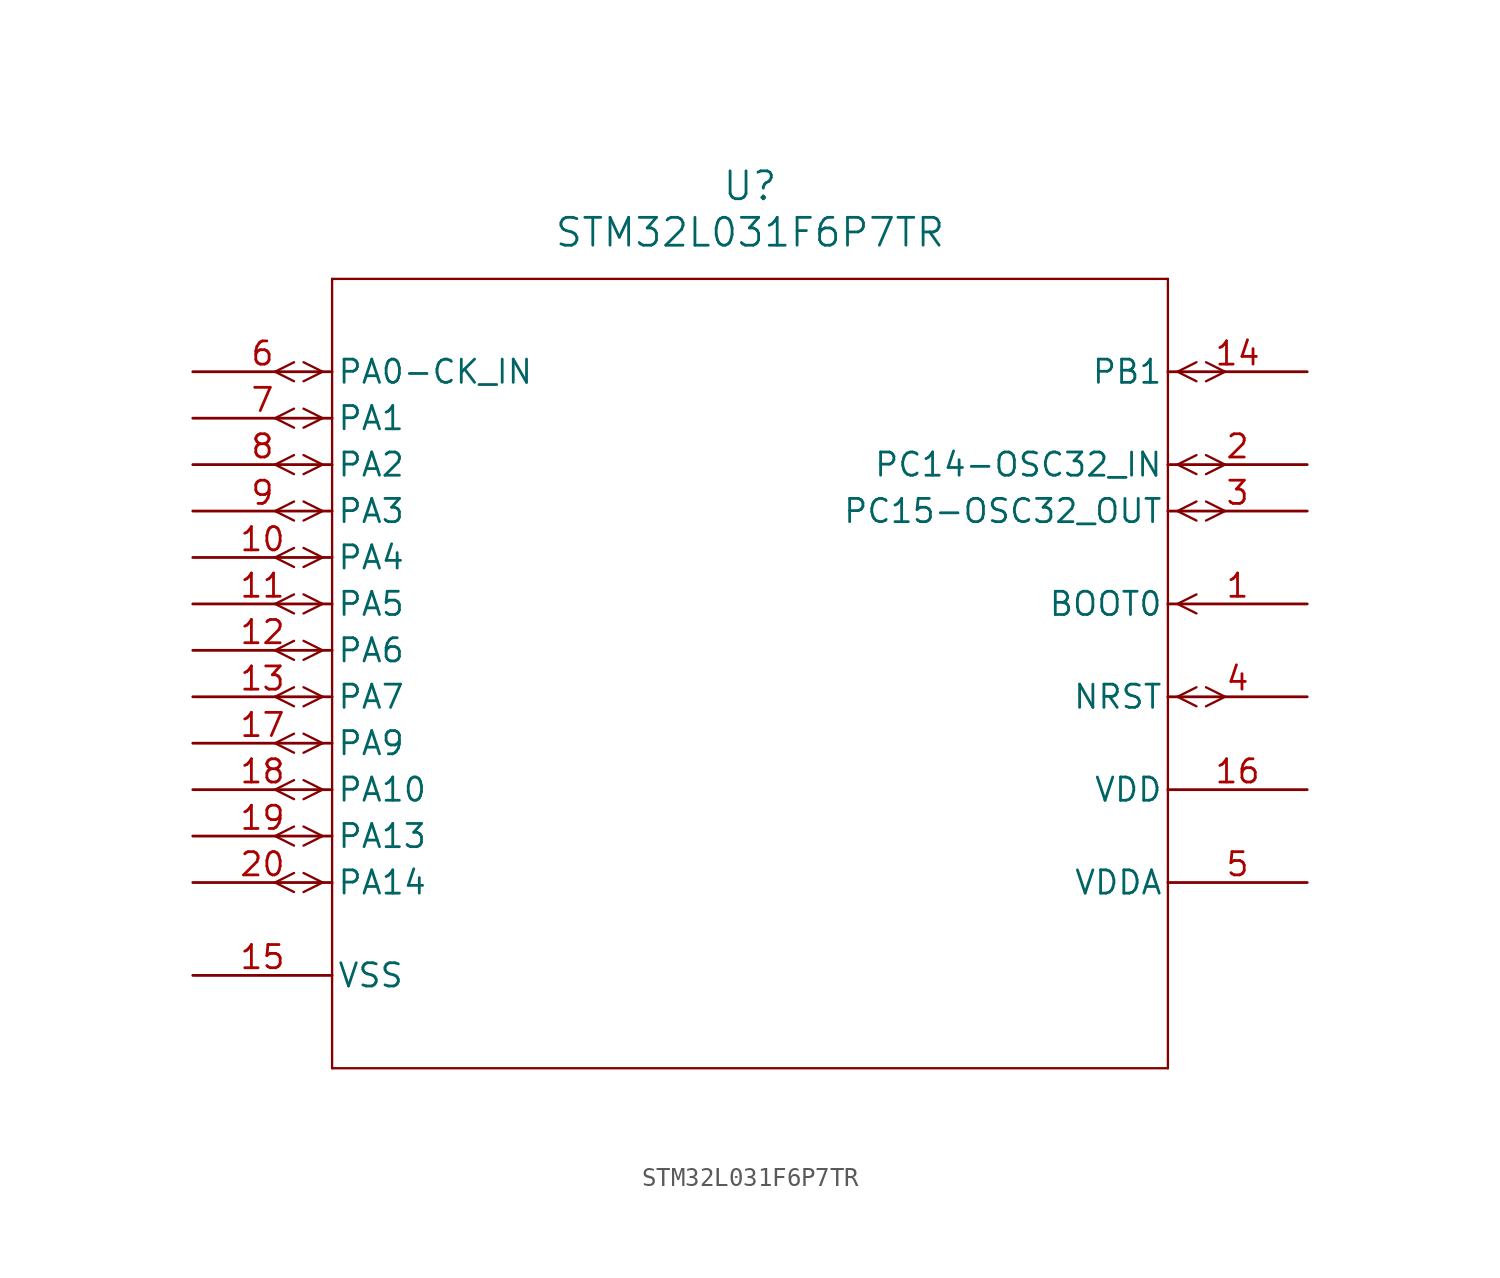
<source format=kicad_sym>
(kicad_symbol_lib
  (version 20211014)
  (generator kicad_symbol_editor)
  (symbol "STM32L031F6P7TR"
    (pin_names
      (offset 0.254))
    (property "Reference" "U"
      (at 30.48 10.16 0)
      (effects (font (size 1.524 1.524))))
    (property "Value" "STM32L031F6P7TR"
      (at 30.48 7.62 0)
      (effects (font (size 1.524 1.524))))
    (symbol "STM32L031F6P7TR_0_1"
      (polyline (pts (xy 7.099 0) (xy 6.058 0.521)) (stroke (width 0.127) (type default) (color 0 0 0 0)) (fill (type none)))
      (polyline (pts (xy 7.099 0) (xy 6.058 -0.521)) (stroke (width 0.127) (type default) (color 0 0 0 0)) (fill (type none)))
      (polyline (pts (xy 5.537 0.521) (xy 4.496 0)) (stroke (width 0.127) (type default) (color 0 0 0 0)) (fill (type none)))
      (polyline (pts (xy 5.537 -0.521) (xy 4.496 0)) (stroke (width 0.127) (type default) (color 0 0 0 0)) (fill (type none)))
      (polyline (pts (xy 7.099 -2.54) (xy 6.058 -2.019)) (stroke (width 0.127) (type default) (color 0 0 0 0)) (fill (type none)))
      (polyline (pts (xy 7.099 -2.54) (xy 6.058 -3.061)) (stroke (width 0.127) (type default) (color 0 0 0 0)) (fill (type none)))
      (polyline (pts (xy 5.537 -2.019) (xy 4.496 -2.54)) (stroke (width 0.127) (type default) (color 0 0 0 0)) (fill (type none)))
      (polyline (pts (xy 5.537 -3.061) (xy 4.496 -2.54)) (stroke (width 0.127) (type default) (color 0 0 0 0)) (fill (type none)))
      (polyline (pts (xy 7.099 -5.08) (xy 6.058 -4.559)) (stroke (width 0.127) (type default) (color 0 0 0 0)) (fill (type none)))
      (polyline (pts (xy 7.099 -5.08) (xy 6.058 -5.601)) (stroke (width 0.127) (type default) (color 0 0 0 0)) (fill (type none)))
      (polyline (pts (xy 5.537 -4.559) (xy 4.496 -5.08)) (stroke (width 0.127) (type default) (color 0 0 0 0)) (fill (type none)))
      (polyline (pts (xy 5.537 -5.601) (xy 4.496 -5.08)) (stroke (width 0.127) (type default) (color 0 0 0 0)) (fill (type none)))
      (polyline (pts (xy 7.099 -7.62) (xy 6.058 -7.099)) (stroke (width 0.127) (type default) (color 0 0 0 0)) (fill (type none)))
      (polyline (pts (xy 7.099 -7.62) (xy 6.058 -8.141)) (stroke (width 0.127) (type default) (color 0 0 0 0)) (fill (type none)))
      (polyline (pts (xy 5.537 -7.099) (xy 4.496 -7.62)) (stroke (width 0.127) (type default) (color 0 0 0 0)) (fill (type none)))
      (polyline (pts (xy 5.537 -8.141) (xy 4.496 -7.62)) (stroke (width 0.127) (type default) (color 0 0 0 0)) (fill (type none)))
      (polyline (pts (xy 7.099 -10.16) (xy 6.058 -9.639)) (stroke (width 0.127) (type default) (color 0 0 0 0)) (fill (type none)))
      (polyline (pts (xy 7.099 -10.16) (xy 6.058 -10.681)) (stroke (width 0.127) (type default) (color 0 0 0 0)) (fill (type none)))
      (polyline (pts (xy 5.537 -9.639) (xy 4.496 -10.16)) (stroke (width 0.127) (type default) (color 0 0 0 0)) (fill (type none)))
      (polyline (pts (xy 5.537 -10.681) (xy 4.496 -10.16)) (stroke (width 0.127) (type default) (color 0 0 0 0)) (fill (type none)))
      (polyline (pts (xy 7.099 -12.7) (xy 6.058 -12.179)) (stroke (width 0.127) (type default) (color 0 0 0 0)) (fill (type none)))
      (polyline (pts (xy 7.099 -12.7) (xy 6.058 -13.221)) (stroke (width 0.127) (type default) (color 0 0 0 0)) (fill (type none)))
      (polyline (pts (xy 5.537 -12.179) (xy 4.496 -12.7)) (stroke (width 0.127) (type default) (color 0 0 0 0)) (fill (type none)))
      (polyline (pts (xy 5.537 -13.221) (xy 4.496 -12.7)) (stroke (width 0.127) (type default) (color 0 0 0 0)) (fill (type none)))
      (polyline (pts (xy 7.099 -15.24) (xy 6.058 -14.719)) (stroke (width 0.127) (type default) (color 0 0 0 0)) (fill (type none)))
      (polyline (pts (xy 7.099 -15.24) (xy 6.058 -15.761)) (stroke (width 0.127) (type default) (color 0 0 0 0)) (fill (type none)))
      (polyline (pts (xy 5.537 -14.719) (xy 4.496 -15.24)) (stroke (width 0.127) (type default) (color 0 0 0 0)) (fill (type none)))
      (polyline (pts (xy 5.537 -15.761) (xy 4.496 -15.24)) (stroke (width 0.127) (type default) (color 0 0 0 0)) (fill (type none)))
      (polyline (pts (xy 7.099 -17.78) (xy 6.058 -17.259)) (stroke (width 0.127) (type default) (color 0 0 0 0)) (fill (type none)))
      (polyline (pts (xy 7.099 -17.78) (xy 6.058 -18.301)) (stroke (width 0.127) (type default) (color 0 0 0 0)) (fill (type none)))
      (polyline (pts (xy 5.537 -17.259) (xy 4.496 -17.78)) (stroke (width 0.127) (type default) (color 0 0 0 0)) (fill (type none)))
      (polyline (pts (xy 5.537 -18.301) (xy 4.496 -17.78)) (stroke (width 0.127) (type default) (color 0 0 0 0)) (fill (type none)))
      (polyline (pts (xy 7.099 -20.32) (xy 6.058 -19.799)) (stroke (width 0.127) (type default) (color 0 0 0 0)) (fill (type none)))
      (polyline (pts (xy 7.099 -20.32) (xy 6.058 -20.841)) (stroke (width 0.127) (type default) (color 0 0 0 0)) (fill (type none)))
      (polyline (pts (xy 5.537 -19.799) (xy 4.496 -20.32)) (stroke (width 0.127) (type default) (color 0 0 0 0)) (fill (type none)))
      (polyline (pts (xy 5.537 -20.841) (xy 4.496 -20.32)) (stroke (width 0.127) (type default) (color 0 0 0 0)) (fill (type none)))
      (polyline (pts (xy 7.099 -22.86) (xy 6.058 -22.339)) (stroke (width 0.127) (type default) (color 0 0 0 0)) (fill (type none)))
      (polyline (pts (xy 7.099 -22.86) (xy 6.058 -23.381)) (stroke (width 0.127) (type default) (color 0 0 0 0)) (fill (type none)))
      (polyline (pts (xy 5.537 -22.339) (xy 4.496 -22.86)) (stroke (width 0.127) (type default) (color 0 0 0 0)) (fill (type none)))
      (polyline (pts (xy 5.537 -23.381) (xy 4.496 -22.86)) (stroke (width 0.127) (type default) (color 0 0 0 0)) (fill (type none)))
      (polyline (pts (xy 7.099 -25.4) (xy 6.058 -24.879)) (stroke (width 0.127) (type default) (color 0 0 0 0)) (fill (type none)))
      (polyline (pts (xy 7.099 -25.4) (xy 6.058 -25.921)) (stroke (width 0.127) (type default) (color 0 0 0 0)) (fill (type none)))
      (polyline (pts (xy 5.537 -24.879) (xy 4.496 -25.4)) (stroke (width 0.127) (type default) (color 0 0 0 0)) (fill (type none)))
      (polyline (pts (xy 5.537 -25.921) (xy 4.496 -25.4)) (stroke (width 0.127) (type default) (color 0 0 0 0)) (fill (type none)))
      (polyline (pts (xy 7.099 -27.94) (xy 6.058 -27.419)) (stroke (width 0.127) (type default) (color 0 0 0 0)) (fill (type none)))
      (polyline (pts (xy 7.099 -27.94) (xy 6.058 -28.461)) (stroke (width 0.127) (type default) (color 0 0 0 0)) (fill (type none)))
      (polyline (pts (xy 5.537 -27.419) (xy 4.496 -27.94)) (stroke (width 0.127) (type default) (color 0 0 0 0)) (fill (type none)))
      (polyline (pts (xy 5.537 -28.461) (xy 4.496 -27.94)) (stroke (width 0.127) (type default) (color 0 0 0 0)) (fill (type none)))
      (polyline (pts (xy 53.861 0) (xy 54.902 0.521)) (stroke (width 0.127) (type default) (color 0 0 0 0)) (fill (type none)))
      (polyline (pts (xy 53.861 0) (xy 54.902 -0.521)) (stroke (width 0.127) (type default) (color 0 0 0 0)) (fill (type none)))
      (polyline (pts (xy 55.423 0.521) (xy 56.464 0)) (stroke (width 0.127) (type default) (color 0 0 0 0)) (fill (type none)))
      (polyline (pts (xy 55.423 -0.521) (xy 56.464 0)) (stroke (width 0.127) (type default) (color 0 0 0 0)) (fill (type none)))
      (polyline (pts (xy 53.861 -5.08) (xy 54.902 -4.559)) (stroke (width 0.127) (type default) (color 0 0 0 0)) (fill (type none)))
      (polyline (pts (xy 53.861 -5.08) (xy 54.902 -5.601)) (stroke (width 0.127) (type default) (color 0 0 0 0)) (fill (type none)))
      (polyline (pts (xy 55.423 -4.559) (xy 56.464 -5.08)) (stroke (width 0.127) (type default) (color 0 0 0 0)) (fill (type none)))
      (polyline (pts (xy 55.423 -5.601) (xy 56.464 -5.08)) (stroke (width 0.127) (type default) (color 0 0 0 0)) (fill (type none)))
      (polyline (pts (xy 53.861 -7.62) (xy 54.902 -7.099)) (stroke (width 0.127) (type default) (color 0 0 0 0)) (fill (type none)))
      (polyline (pts (xy 53.861 -7.62) (xy 54.902 -8.141)) (stroke (width 0.127) (type default) (color 0 0 0 0)) (fill (type none)))
      (polyline (pts (xy 55.423 -7.099) (xy 56.464 -7.62)) (stroke (width 0.127) (type default) (color 0 0 0 0)) (fill (type none)))
      (polyline (pts (xy 55.423 -8.141) (xy 56.464 -7.62)) (stroke (width 0.127) (type default) (color 0 0 0 0)) (fill (type none)))
      (polyline (pts (xy 53.861 -12.7) (xy 54.902 -12.179)) (stroke (width 0.127) (type default) (color 0 0 0 0)) (fill (type none)))
      (polyline (pts (xy 53.861 -12.7) (xy 54.902 -13.221)) (stroke (width 0.127) (type default) (color 0 0 0 0)) (fill (type none)))
      (polyline (pts (xy 53.861 -17.78) (xy 54.902 -17.259)) (stroke (width 0.127) (type default) (color 0 0 0 0)) (fill (type none)))
      (polyline (pts (xy 53.861 -17.78) (xy 54.902 -18.301)) (stroke (width 0.127) (type default) (color 0 0 0 0)) (fill (type none)))
      (polyline (pts (xy 55.423 -17.259) (xy 56.464 -17.78)) (stroke (width 0.127) (type default) (color 0 0 0 0)) (fill (type none)))
      (polyline (pts (xy 55.423 -18.301) (xy 56.464 -17.78)) (stroke (width 0.127) (type default) (color 0 0 0 0)) (fill (type none)))
      (polyline (pts (xy 7.62 5.08) (xy 7.62 -38.1)) (stroke (width 0.127) (type default) (color 0 0 0 0)) (fill (type none)))
      (polyline (pts (xy 7.62 -38.1) (xy 53.34 -38.1)) (stroke (width 0.127) (type default) (color 0 0 0 0)) (fill (type none)))
      (polyline (pts (xy 53.34 -38.1) (xy 53.34 5.08)) (stroke (width 0.127) (type default) (color 0 0 0 0)) (fill (type none)))
      (polyline (pts (xy 53.34 5.08) (xy 7.62 5.08)) (stroke (width 0.127) (type default) (color 0 0 0 0)) (fill (type none)))
      (pin input line (at 60.96 -12.7 180) (length 7.62) (name "BOOT0" (effects (font (size 1.27 1.27)))) (number "1" (effects (font (size 1.27 1.27)))))
      (pin bidirectional line (at 60.96 -5.08 180) (length 7.62) (name "PC14-OSC32_IN" (effects (font (size 1.27 1.27)))) (number "2" (effects (font (size 1.27 1.27)))))
      (pin bidirectional line (at 60.96 -7.62 180) (length 7.62) (name "PC15-OSC32_OUT" (effects (font (size 1.27 1.27)))) (number "3" (effects (font (size 1.27 1.27)))))
      (pin bidirectional line (at 60.96 -17.78 180) (length 7.62) (name "NRST" (effects (font (size 1.27 1.27)))) (number "4" (effects (font (size 1.27 1.27)))))
      (pin power_in line (at 60.96 -27.94 180) (length 7.62) (name "VDDA" (effects (font (size 1.27 1.27)))) (number "5" (effects (font (size 1.27 1.27)))))
      (pin bidirectional line (at 0 0 0) (length 7.62) (name "PA0-CK_IN" (effects (font (size 1.27 1.27)))) (number "6" (effects (font (size 1.27 1.27)))))
      (pin bidirectional line (at 0 -2.54 0) (length 7.62) (name "PA1" (effects (font (size 1.27 1.27)))) (number "7" (effects (font (size 1.27 1.27)))))
      (pin bidirectional line (at 0 -5.08 0) (length 7.62) (name "PA2" (effects (font (size 1.27 1.27)))) (number "8" (effects (font (size 1.27 1.27)))))
      (pin bidirectional line (at 0 -7.62 0) (length 7.62) (name "PA3" (effects (font (size 1.27 1.27)))) (number "9" (effects (font (size 1.27 1.27)))))
      (pin bidirectional line (at 0 -10.16 0) (length 7.62) (name "PA4" (effects (font (size 1.27 1.27)))) (number "10" (effects (font (size 1.27 1.27)))))
      (pin bidirectional line (at 0 -12.7 0) (length 7.62) (name "PA5" (effects (font (size 1.27 1.27)))) (number "11" (effects (font (size 1.27 1.27)))))
      (pin bidirectional line (at 0 -15.24 0) (length 7.62) (name "PA6" (effects (font (size 1.27 1.27)))) (number "12" (effects (font (size 1.27 1.27)))))
      (pin bidirectional line (at 0 -17.78 0) (length 7.62) (name "PA7" (effects (font (size 1.27 1.27)))) (number "13" (effects (font (size 1.27 1.27)))))
      (pin bidirectional line (at 60.96 0 180) (length 7.62) (name "PB1" (effects (font (size 1.27 1.27)))) (number "14" (effects (font (size 1.27 1.27)))))
      (pin power_in line (at 0 -33.02 0) (length 7.62) (name "VSS" (effects (font (size 1.27 1.27)))) (number "15" (effects (font (size 1.27 1.27)))))
      (pin power_in line (at 60.96 -22.86 180) (length 7.62) (name "VDD" (effects (font (size 1.27 1.27)))) (number "16" (effects (font (size 1.27 1.27)))))
      (pin bidirectional line (at 0 -20.32 0) (length 7.62) (name "PA9" (effects (font (size 1.27 1.27)))) (number "17" (effects (font (size 1.27 1.27)))))
      (pin bidirectional line (at 0 -22.86 0) (length 7.62) (name "PA10" (effects (font (size 1.27 1.27)))) (number "18" (effects (font (size 1.27 1.27)))))
      (pin bidirectional line (at 0 -25.4 0) (length 7.62) (name "PA13" (effects (font (size 1.27 1.27)))) (number "19" (effects (font (size 1.27 1.27)))))
      (pin bidirectional line (at 0 -27.94 0) (length 7.62) (name "PA14" (effects (font (size 1.27 1.27)))) (number "20" (effects (font (size 1.27 1.27))))))))
</source>
